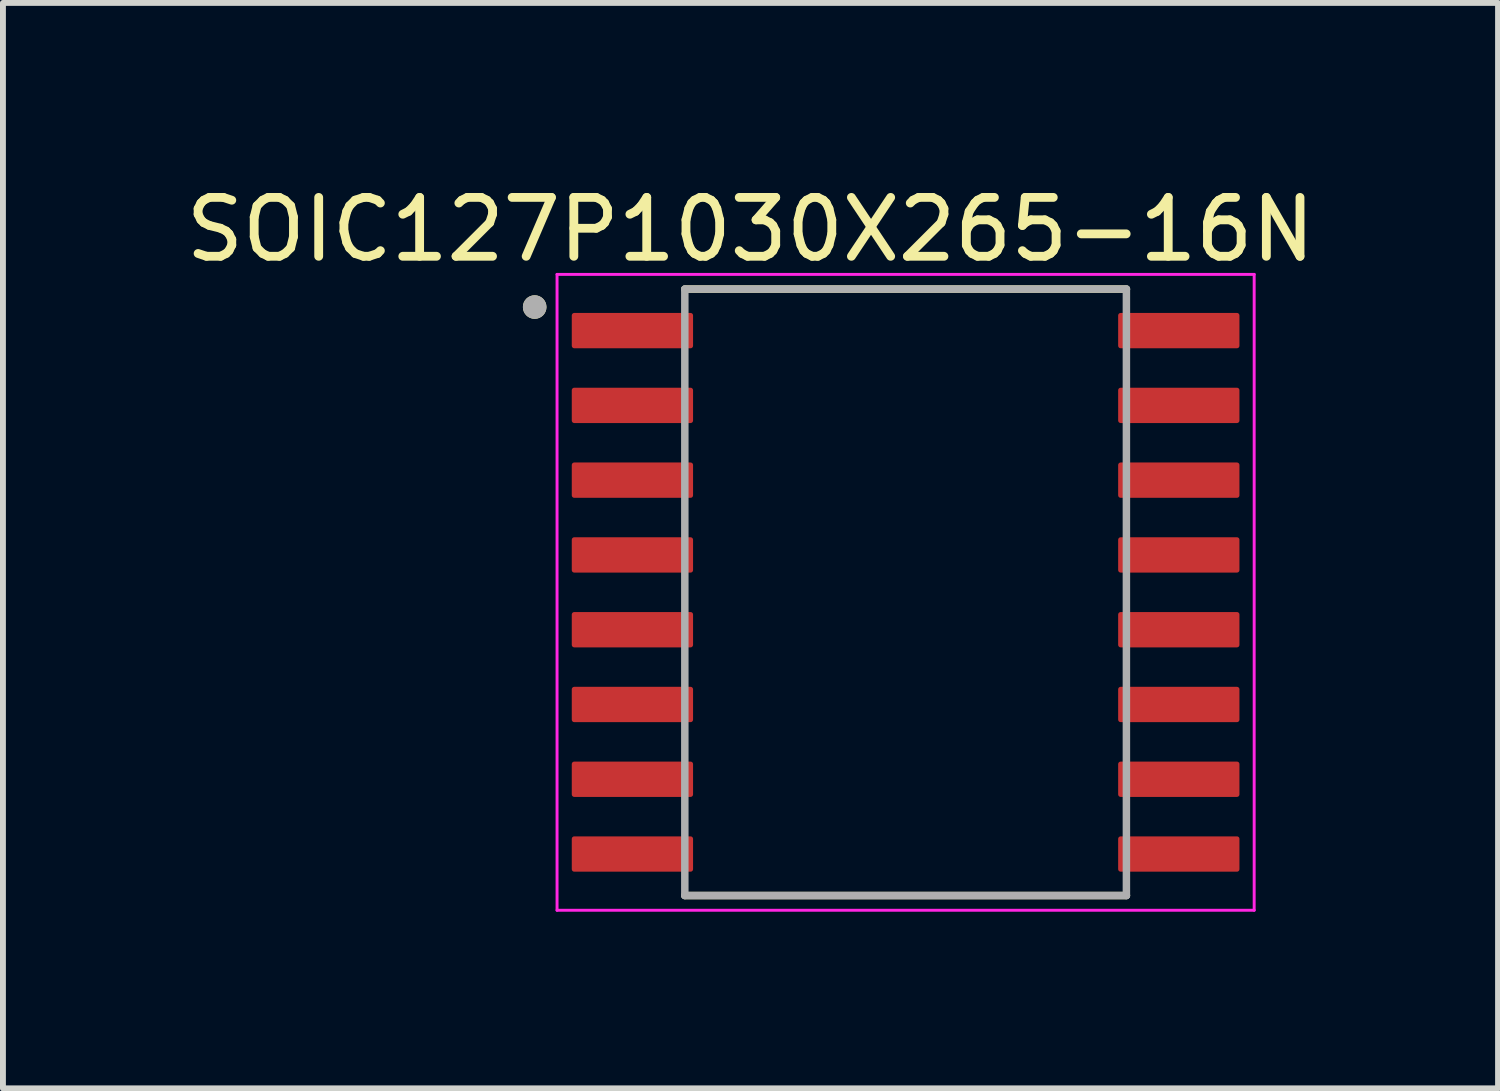
<source format=kicad_pcb>
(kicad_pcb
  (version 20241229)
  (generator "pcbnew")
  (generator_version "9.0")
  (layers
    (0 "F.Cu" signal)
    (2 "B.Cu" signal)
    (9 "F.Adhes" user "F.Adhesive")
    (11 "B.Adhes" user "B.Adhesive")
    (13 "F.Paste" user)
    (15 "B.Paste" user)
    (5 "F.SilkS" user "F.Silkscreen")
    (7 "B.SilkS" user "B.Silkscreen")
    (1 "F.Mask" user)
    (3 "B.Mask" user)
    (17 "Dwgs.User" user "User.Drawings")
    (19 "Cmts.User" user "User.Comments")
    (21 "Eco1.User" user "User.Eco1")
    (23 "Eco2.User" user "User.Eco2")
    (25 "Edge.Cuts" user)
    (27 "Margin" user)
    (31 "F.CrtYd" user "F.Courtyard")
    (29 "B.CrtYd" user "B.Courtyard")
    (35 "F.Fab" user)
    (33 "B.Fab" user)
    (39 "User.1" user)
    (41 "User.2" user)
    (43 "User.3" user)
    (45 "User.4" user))
  (footprint "SOIC127P1030X265-16N"
    (layer "F.Cu")
    (at 12.331 7.01)
    (property "Reference" "SOIC127P1030X265-16N" (at -2.635 -6.162 0) (layer "F.SilkS") (effects (font (size 1 1) (thickness 0.15))))
    (attr through_hole)
    (fp_line (start -3.75 -5.15) (end 3.75 -5.15) (stroke (width 0.127) (type solid)) (layer "F.SilkS"))
    (fp_line (start -3.75 5.15) (end 3.75 5.15) (stroke (width 0.127) (type solid)) (layer "F.SilkS"))
    (fp_circle (center -6.3 -4.845) (end -6.2 -4.845) (stroke (width 0.2) (type solid)) (fill no) (layer "F.SilkS"))
    (fp_line (start -5.92 -5.4) (end -5.92 5.4) (stroke (width 0.05) (type solid)) (layer "F.CrtYd"))
    (fp_line (start -5.92 -5.4) (end 5.92 -5.4) (stroke (width 0.05) (type solid)) (layer "F.CrtYd"))
    (fp_line (start -5.92 5.4) (end 5.92 5.4) (stroke (width 0.05) (type solid)) (layer "F.CrtYd"))
    (fp_line (start 5.92 -5.4) (end 5.92 5.4) (stroke (width 0.05) (type solid)) (layer "F.CrtYd"))
    (fp_line (start -3.75 -5.15) (end -3.75 5.15) (stroke (width 0.127) (type solid)) (layer "F.Fab"))
    (fp_line (start -3.75 -5.15) (end 3.75 -5.15) (stroke (width 0.127) (type solid)) (layer "F.Fab"))
    (fp_line (start -3.75 5.15) (end 3.75 5.15) (stroke (width 0.127) (type solid)) (layer "F.Fab"))
    (fp_line (start 3.75 -5.15) (end 3.75 5.15) (stroke (width 0.127) (type solid)) (layer "F.Fab"))
    (fp_circle (center -6.3 -4.845) (end -6.2 -4.845) (stroke (width 0.2) (type solid)) (fill no) (layer "F.Fab"))
    (pad "1" smd roundrect (at -4.64 -4.445) (size 2.06 0.6) (layers "F.Cu" "F.Mask" "F.Paste") (roundrect_rratio 0.07))
    (pad "2" smd roundrect (at -4.64 -3.175) (size 2.06 0.6) (layers "F.Cu" "F.Mask" "F.Paste") (roundrect_rratio 0.07))
    (pad "3" smd roundrect (at -4.64 -1.905) (size 2.06 0.6) (layers "F.Cu" "F.Mask" "F.Paste") (roundrect_rratio 0.07))
    (pad "4" smd roundrect (at -4.64 -0.635) (size 2.06 0.6) (layers "F.Cu" "F.Mask" "F.Paste") (roundrect_rratio 0.07))
    (pad "5" smd roundrect (at -4.64 0.635) (size 2.06 0.6) (layers "F.Cu" "F.Mask" "F.Paste") (roundrect_rratio 0.07))
    (pad "6" smd roundrect (at -4.64 1.905) (size 2.06 0.6) (layers "F.Cu" "F.Mask" "F.Paste") (roundrect_rratio 0.07))
    (pad "7" smd roundrect (at -4.64 3.175) (size 2.06 0.6) (layers "F.Cu" "F.Mask" "F.Paste") (roundrect_rratio 0.07))
    (pad "8" smd roundrect (at -4.64 4.445) (size 2.06 0.6) (layers "F.Cu" "F.Mask" "F.Paste") (roundrect_rratio 0.07))
    (pad "9" smd roundrect (at 4.64 4.445) (size 2.06 0.6) (layers "F.Cu" "F.Mask" "F.Paste") (roundrect_rratio 0.07))
    (pad "10" smd roundrect (at 4.64 3.175) (size 2.06 0.6) (layers "F.Cu" "F.Mask" "F.Paste") (roundrect_rratio 0.07))
    (pad "11" smd roundrect (at 4.64 1.905) (size 2.06 0.6) (layers "F.Cu" "F.Mask" "F.Paste") (roundrect_rratio 0.07))
    (pad "12" smd roundrect (at 4.64 0.635) (size 2.06 0.6) (layers "F.Cu" "F.Mask" "F.Paste") (roundrect_rratio 0.07))
    (pad "13" smd roundrect (at 4.64 -0.635) (size 2.06 0.6) (layers "F.Cu" "F.Mask" "F.Paste") (roundrect_rratio 0.07))
    (pad "14" smd roundrect (at 4.64 -1.905) (size 2.06 0.6) (layers "F.Cu" "F.Mask" "F.Paste") (roundrect_rratio 0.07))
    (pad "15" smd roundrect (at 4.64 -3.175) (size 2.06 0.6) (layers "F.Cu" "F.Mask" "F.Paste") (roundrect_rratio 0.07))
    (pad "16" smd roundrect (at 4.64 -4.445) (size 2.06 0.6) (layers "F.Cu" "F.Mask" "F.Paste") (roundrect_rratio 0.07)))
  (gr_rect
    (start -3 -3)
    (end 22.393 15.435)
    (stroke (width 0.1) (type default))
    (fill no)
    (layer "Edge.Cuts")))
</source>
